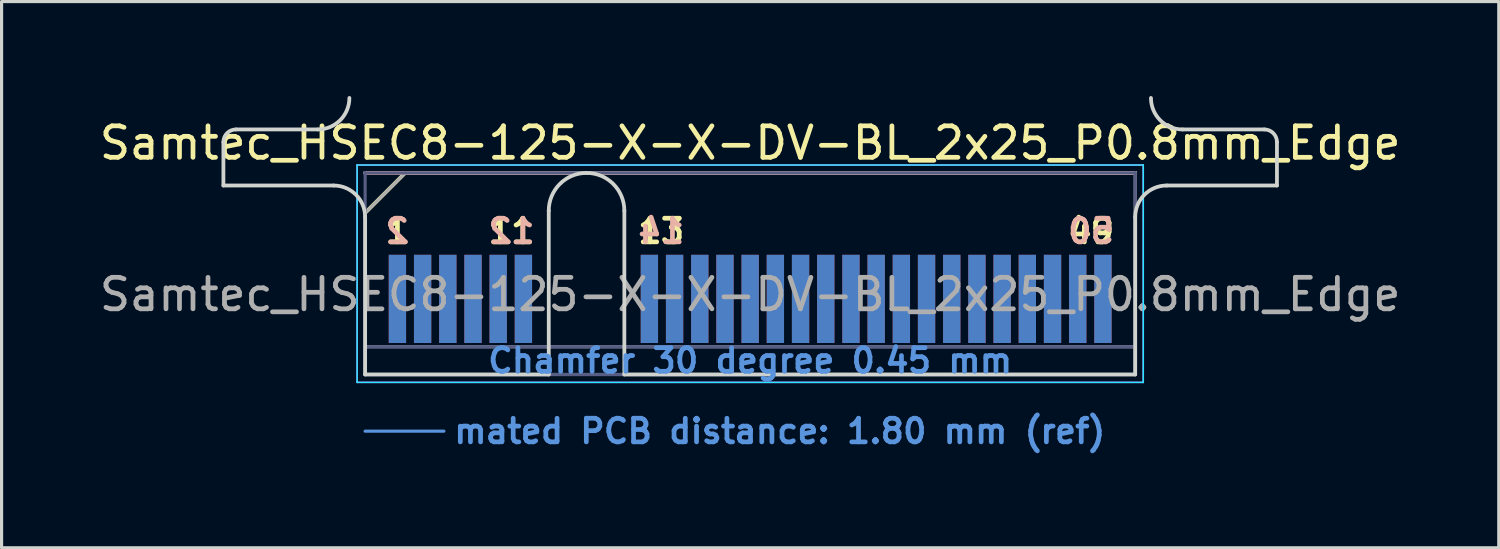
<source format=kicad_pcb>
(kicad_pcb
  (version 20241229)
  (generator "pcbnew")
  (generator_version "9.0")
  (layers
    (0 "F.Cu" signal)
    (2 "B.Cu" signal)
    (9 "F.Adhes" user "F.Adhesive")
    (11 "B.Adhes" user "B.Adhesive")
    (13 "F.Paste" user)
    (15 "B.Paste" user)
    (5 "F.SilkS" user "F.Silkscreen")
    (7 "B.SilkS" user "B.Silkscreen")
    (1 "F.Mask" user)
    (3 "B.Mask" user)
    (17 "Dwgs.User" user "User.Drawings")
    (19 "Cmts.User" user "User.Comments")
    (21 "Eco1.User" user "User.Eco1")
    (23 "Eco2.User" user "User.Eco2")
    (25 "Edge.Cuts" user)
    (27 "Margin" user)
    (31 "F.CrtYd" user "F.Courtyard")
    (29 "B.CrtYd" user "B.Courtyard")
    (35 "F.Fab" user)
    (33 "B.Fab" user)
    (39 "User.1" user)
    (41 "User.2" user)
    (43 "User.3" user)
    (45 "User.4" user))
  (footprint "Samtec_HSEC8-125-X-X-DV-BL_2x25_P0.8mm_Edge"
    (layer "F.Cu")
    (at 20.768 8.84)
    (property "Reference" "Samtec_HSEC8-125-X-X-DV-BL_2x25_P0.8mm_Edge" (at 0 -7.35 0) (layer "F.SilkS") (effects (font (size 1 1) (thickness 0.15))))
    (attr exclude_from_pos_files exclude_from_bom)
    (fp_line (start -12.225 -5.13) (end -10.955 -6.4) (stroke (width 0.12) (type solid)) (layer "F.SilkS"))
    (fp_line (start -10.955 -6.4) (end 12.225 -6.4) (stroke (width 0.12) (type solid)) (layer "F.SilkS"))
    (fp_line (start -12.225 -6.4) (end -12.225 -6.4) (stroke (width 0.12) (type solid)) (layer "B.SilkS"))
    (fp_line (start -12.225 -6.4) (end 12.225 -6.4) (stroke (width 0.12) (type solid)) (layer "B.SilkS"))
    (fp_line (start -12.225 1.8) (end -9.725 1.8) (stroke (width 0.1) (type solid)) (layer "Cmts.User"))
    (fp_line (start -16.725 -6) (end -16.725 -7.38) (stroke (width 0.12) (type solid)) (layer "Edge.Cuts"))
    (fp_line (start -16.325 -7.78) (end -13.725 -7.78) (stroke (width 0.12) (type solid)) (layer "Edge.Cuts"))
    (fp_line (start -13.225 -6) (end -16.725 -6) (stroke (width 0.12) (type solid)) (layer "Edge.Cuts"))
    (fp_line (start -12.225 -5) (end -12.225 0) (stroke (width 0.12) (type solid)) (layer "Edge.Cuts"))
    (fp_line (start -12.225 0) (end -6.395 0) (stroke (width 0.12) (type solid)) (layer "Edge.Cuts"))
    (fp_line (start -6.395 0) (end -6.395 -5.2) (stroke (width 0.12) (type solid)) (layer "Edge.Cuts"))
    (fp_line (start -3.995 -5.2) (end -3.995 0) (stroke (width 0.12) (type solid)) (layer "Edge.Cuts"))
    (fp_line (start -3.995 0) (end 12.225 0) (stroke (width 0.12) (type solid)) (layer "Edge.Cuts"))
    (fp_line (start 12.225 0) (end 12.225 -5) (stroke (width 0.12) (type solid)) (layer "Edge.Cuts"))
    (fp_line (start 13.225 -6) (end 16.725 -6) (stroke (width 0.12) (type solid)) (layer "Edge.Cuts"))
    (fp_line (start 16.325 -7.78) (end 13.725 -7.78) (stroke (width 0.12) (type solid)) (layer "Edge.Cuts"))
    (fp_line (start 16.725 -6) (end 16.725 -7.38) (stroke (width 0.12) (type solid)) (layer "Edge.Cuts"))
    (fp_arc (start -16.725 -7.38) (mid -16.607843 -7.662843) (end -16.325 -7.78) (stroke (width 0.12) (type solid)) (layer "Edge.Cuts"))
    (fp_arc (start -13.225 -6) (mid -12.517893 -5.707107) (end -12.225 -5) (stroke (width 0.12) (type solid)) (layer "Edge.Cuts"))
    (fp_arc (start -12.725 -8.78) (mid -13.017893 -8.072893) (end -13.725 -7.78) (stroke (width 0.12) (type solid)) (layer "Edge.Cuts"))
    (fp_arc (start -6.395 -5.2) (mid -5.195 -6.4) (end -3.995 -5.2) (stroke (width 0.12) (type solid)) (layer "Edge.Cuts"))
    (fp_arc (start 12.225 -5) (mid 12.517893 -5.707107) (end 13.225 -6) (stroke (width 0.12) (type solid)) (layer "Edge.Cuts"))
    (fp_arc (start 13.725 -7.78) (mid 13.017893 -8.072893) (end 12.725 -8.78) (stroke (width 0.12) (type solid)) (layer "Edge.Cuts"))
    (fp_arc (start 16.325 -7.78) (mid 16.607843 -7.662843) (end 16.725 -7.38) (stroke (width 0.12) (type solid)) (layer "Edge.Cuts"))
    (fp_line (start -12.48 -6.65) (end -12.48 0.25) (stroke (width 0.05) (type solid)) (layer "B.CrtYd"))
    (fp_line (start -12.48 0.25) (end 12.48 0.25) (stroke (width 0.05) (type solid)) (layer "B.CrtYd"))
    (fp_line (start 12.48 -6.65) (end -12.48 -6.65) (stroke (width 0.05) (type solid)) (layer "B.CrtYd"))
    (fp_line (start 12.48 0.25) (end 12.48 -6.65) (stroke (width 0.05) (type solid)) (layer "B.CrtYd"))
    (fp_line (start -12.48 -6.65) (end -12.48 0.25) (stroke (width 0.05) (type solid)) (layer "F.CrtYd"))
    (fp_line (start -12.48 0.25) (end 12.48 0.25) (stroke (width 0.05) (type solid)) (layer "F.CrtYd"))
    (fp_line (start 12.48 -6.65) (end -12.48 -6.65) (stroke (width 0.05) (type solid)) (layer "F.CrtYd"))
    (fp_line (start 12.48 0.25) (end 12.48 -6.65) (stroke (width 0.05) (type solid)) (layer "F.CrtYd"))
    (fp_line (start -12.225 -6.4) (end -12.225 -6.4) (stroke (width 0.1) (type solid)) (layer "B.Fab"))
    (fp_line (start -12.225 -6.4) (end -12.225 0) (stroke (width 0.1) (type solid)) (layer "B.Fab"))
    (fp_line (start -12.225 -6.4) (end 12.225 -6.4) (stroke (width 0.1) (type solid)) (layer "B.Fab"))
    (fp_line (start -12.225 -0.88) (end 12.225 -0.88) (stroke (width 0.1) (type solid)) (layer "B.Fab"))
    (fp_line (start -12.225 0) (end 12.225 0) (stroke (width 0.1) (type solid)) (layer "B.Fab"))
    (fp_line (start 12.225 -6.4) (end 12.225 0) (stroke (width 0.1) (type solid)) (layer "B.Fab"))
    (fp_line (start -12.225 -5.13) (end -12.225 0) (stroke (width 0.1) (type solid)) (layer "F.Fab"))
    (fp_line (start -12.225 -5.13) (end -10.955 -6.4) (stroke (width 0.1) (type solid)) (layer "F.Fab"))
    (fp_line (start -12.225 -0.88) (end 12.225 -0.88) (stroke (width 0.1) (type solid)) (layer "F.Fab"))
    (fp_line (start -12.225 0) (end 12.225 0) (stroke (width 0.1) (type solid)) (layer "F.Fab"))
    (fp_line (start -10.955 -6.4) (end 12.225 -6.4) (stroke (width 0.1) (type solid)) (layer "F.Fab"))
    (fp_line (start 12.225 -6.4) (end 12.225 0) (stroke (width 0.1) (type solid)) (layer "F.Fab"))
    (fp_text user "13" (at -2.825 -4.55 0) (layer "F.SilkS") (effects (font (size 0.75 0.75) (thickness 0.15))))
    (fp_text user "1" (at -11.2 -4.55 0) (layer "F.SilkS") (effects (font (size 0.75 0.75) (thickness 0.15))))
    (fp_text user "49" (at 10.825 -4.55 0) (layer "F.SilkS") (effects (font (size 0.75 0.75) (thickness 0.15))))
    (fp_text user "11" (at -7.575 -4.55 0) (layer "F.SilkS") (effects (font (size 0.75 0.75) (thickness 0.15))))
    (fp_text user "12" (at -7.575 -4.55 0) (layer "B.SilkS") (effects (font (size 0.75 0.75) (thickness 0.15)) (justify mirror)))
    (fp_text user "50" (at 10.825 -4.55 0) (layer "B.SilkS") (effects (font (size 0.75 0.75) (thickness 0.15)) (justify mirror)))
    (fp_text user "14" (at -2.825 -4.55 0) (layer "B.SilkS") (effects (font (size 0.75 0.75) (thickness 0.15)) (justify mirror)))
    (fp_text user "2" (at -11.2 -4.55 0) (layer "B.SilkS") (effects (font (size 0.75 0.75) (thickness 0.15)) (justify mirror)))
    (fp_text user "Chamfer 30 degree 0.45 mm" (at 0 -0.44 0) (layer "Cmts.User") (effects (font (size 0.75 0.75) (thickness 0.15))))
    (fp_text user "mated PCB distance: 1.80 mm (ref)" (at -9.48 1.8 0) (layer "Cmts.User") (effects (font (size 0.75 0.75) (thickness 0.15)) (justify left)))
    (fp_text user "${REFERENCE}" (at 0 -2.54 0) (layer "F.Fab") (effects (font (size 1 1) (thickness 0.15))))
    (pad "1" connect rect (at -11.2 -2.4) (size 0.55 2.8) (layers "F.Cu" "F.Mask"))
    (pad "2" connect rect (at -11.2 -2.4) (size 0.55 2.8) (layers "B.Cu" "B.Mask"))
    (pad "3" connect rect (at -10.4 -2.4) (size 0.55 2.8) (layers "F.Cu" "F.Mask"))
    (pad "4" connect rect (at -10.4 -2.4) (size 0.55 2.8) (layers "B.Cu" "B.Mask"))
    (pad "5" connect rect (at -9.6 -2.4) (size 0.55 2.8) (layers "F.Cu" "F.Mask"))
    (pad "6" connect rect (at -9.6 -2.4) (size 0.55 2.8) (layers "B.Cu" "B.Mask"))
    (pad "7" connect rect (at -8.8 -2.4) (size 0.55 2.8) (layers "F.Cu" "F.Mask"))
    (pad "8" connect rect (at -8.8 -2.4) (size 0.55 2.8) (layers "B.Cu" "B.Mask"))
    (pad "9" connect rect (at -8 -2.4) (size 0.55 2.8) (layers "F.Cu" "F.Mask"))
    (pad "10" connect rect (at -8 -2.4) (size 0.55 2.8) (layers "B.Cu" "B.Mask"))
    (pad "11" connect rect (at -7.2 -2.4) (size 0.55 2.8) (layers "F.Cu" "F.Mask"))
    (pad "12" connect rect (at -7.2 -2.4) (size 0.55 2.8) (layers "B.Cu" "B.Mask"))
    (pad "13" connect rect (at -3.2 -2.4) (size 0.55 2.8) (layers "F.Cu" "F.Mask"))
    (pad "14" connect rect (at -3.2 -2.4) (size 0.55 2.8) (layers "B.Cu" "B.Mask"))
    (pad "15" connect rect (at -2.4 -2.4) (size 0.55 2.8) (layers "F.Cu" "F.Mask"))
    (pad "16" connect rect (at -2.4 -2.4) (size 0.55 2.8) (layers "B.Cu" "B.Mask"))
    (pad "17" connect rect (at -1.6 -2.4) (size 0.55 2.8) (layers "F.Cu" "F.Mask"))
    (pad "18" connect rect (at -1.6 -2.4) (size 0.55 2.8) (layers "B.Cu" "B.Mask"))
    (pad "19" connect rect (at -0.8 -2.4) (size 0.55 2.8) (layers "F.Cu" "F.Mask"))
    (pad "20" connect rect (at -0.8 -2.4) (size 0.55 2.8) (layers "B.Cu" "B.Mask"))
    (pad "21" connect rect (at 0 -2.4) (size 0.55 2.8) (layers "F.Cu" "F.Mask"))
    (pad "22" connect rect (at 0 -2.4) (size 0.55 2.8) (layers "B.Cu" "B.Mask"))
    (pad "23" connect rect (at 0.8 -2.4) (size 0.55 2.8) (layers "F.Cu" "F.Mask"))
    (pad "24" connect rect (at 0.8 -2.4) (size 0.55 2.8) (layers "B.Cu" "B.Mask"))
    (pad "25" connect rect (at 1.6 -2.4) (size 0.55 2.8) (layers "F.Cu" "F.Mask"))
    (pad "26" connect rect (at 1.6 -2.4) (size 0.55 2.8) (layers "B.Cu" "B.Mask"))
    (pad "27" connect rect (at 2.4 -2.4) (size 0.55 2.8) (layers "F.Cu" "F.Mask"))
    (pad "28" connect rect (at 2.4 -2.4) (size 0.55 2.8) (layers "B.Cu" "B.Mask"))
    (pad "29" connect rect (at 3.2 -2.4) (size 0.55 2.8) (layers "F.Cu" "F.Mask"))
    (pad "30" connect rect (at 3.2 -2.4) (size 0.55 2.8) (layers "B.Cu" "B.Mask"))
    (pad "31" connect rect (at 4 -2.4) (size 0.55 2.8) (layers "F.Cu" "F.Mask"))
    (pad "32" connect rect (at 4 -2.4) (size 0.55 2.8) (layers "B.Cu" "B.Mask"))
    (pad "33" connect rect (at 4.8 -2.4) (size 0.55 2.8) (layers "F.Cu" "F.Mask"))
    (pad "34" connect rect (at 4.8 -2.4) (size 0.55 2.8) (layers "B.Cu" "B.Mask"))
    (pad "35" connect rect (at 5.6 -2.4) (size 0.55 2.8) (layers "F.Cu" "F.Mask"))
    (pad "36" connect rect (at 5.6 -2.4) (size 0.55 2.8) (layers "B.Cu" "B.Mask"))
    (pad "37" connect rect (at 6.4 -2.4) (size 0.55 2.8) (layers "F.Cu" "F.Mask"))
    (pad "38" connect rect (at 6.4 -2.4) (size 0.55 2.8) (layers "B.Cu" "B.Mask"))
    (pad "39" connect rect (at 7.2 -2.4) (size 0.55 2.8) (layers "F.Cu" "F.Mask"))
    (pad "40" connect rect (at 7.2 -2.4) (size 0.55 2.8) (layers "B.Cu" "B.Mask"))
    (pad "41" connect rect (at 8 -2.4) (size 0.55 2.8) (layers "F.Cu" "F.Mask"))
    (pad "42" connect rect (at 8 -2.4) (size 0.55 2.8) (layers "B.Cu" "B.Mask"))
    (pad "43" connect rect (at 8.8 -2.4) (size 0.55 2.8) (layers "F.Cu" "F.Mask"))
    (pad "44" connect rect (at 8.8 -2.4) (size 0.55 2.8) (layers "B.Cu" "B.Mask"))
    (pad "45" connect rect (at 9.6 -2.4) (size 0.55 2.8) (layers "F.Cu" "F.Mask"))
    (pad "46" connect rect (at 9.6 -2.4) (size 0.55 2.8) (layers "B.Cu" "B.Mask"))
    (pad "47" connect rect (at 10.4 -2.4) (size 0.55 2.8) (layers "F.Cu" "F.Mask"))
    (pad "48" connect rect (at 10.4 -2.4) (size 0.55 2.8) (layers "B.Cu" "B.Mask"))
    (pad "49" connect rect (at 11.2 -2.4) (size 0.55 2.8) (layers "F.Cu" "F.Mask"))
    (pad "50" connect rect (at 11.2 -2.4) (size 0.55 2.8) (layers "B.Cu" "B.Mask")))
  (gr_rect
    (start -3 -3)
    (end 44.536 14.342)
    (stroke (width 0.1) (type default))
    (fill no)
    (layer "Edge.Cuts")))
</source>
